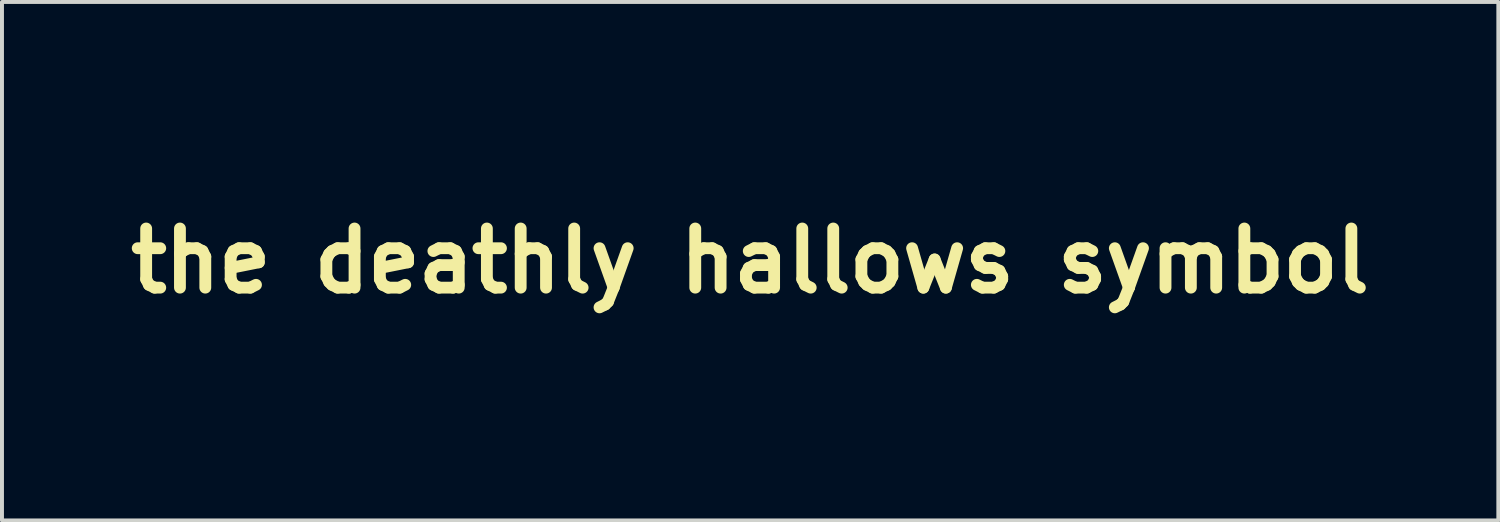
<source format=kicad_pcb>
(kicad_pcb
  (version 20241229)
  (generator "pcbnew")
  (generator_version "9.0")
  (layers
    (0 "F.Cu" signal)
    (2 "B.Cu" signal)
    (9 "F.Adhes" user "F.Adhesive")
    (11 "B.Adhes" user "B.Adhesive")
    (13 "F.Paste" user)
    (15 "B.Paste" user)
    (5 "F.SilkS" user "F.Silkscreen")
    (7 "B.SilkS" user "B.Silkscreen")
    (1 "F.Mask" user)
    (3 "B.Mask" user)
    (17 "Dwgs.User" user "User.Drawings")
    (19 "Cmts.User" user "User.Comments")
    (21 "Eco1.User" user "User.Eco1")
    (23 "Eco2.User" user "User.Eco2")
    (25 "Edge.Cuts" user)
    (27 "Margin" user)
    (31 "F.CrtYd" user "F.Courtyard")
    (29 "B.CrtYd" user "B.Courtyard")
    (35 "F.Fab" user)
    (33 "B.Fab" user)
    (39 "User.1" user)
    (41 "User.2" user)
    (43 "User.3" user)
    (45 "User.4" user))
  (footprint "the deathly hallows symbol"
    (layer "F.Cu")
    (at 15.979 3.568)
    (property "Reference" "the deathly hallows symbol" (at 0 0 0) (layer "F.SilkS") (effects (font (size 1.5 1.5) (thickness 0.3))))
    (attr board_only exclude_from_pos_files exclude_from_bom)
    (fp_poly (pts (xy -0.041 -3.563) (xy -0.027 -3.543) (xy 0.001 -3.498) (xy 0.04 -3.434) (xy 0.088 -3.353) (xy 0.143 -3.261) (xy 0.178 -3.2) (xy 0.224 -3.122) (xy 0.284 -3.02) (xy 0.357 -2.896) (xy 0.439 -2.755) (xy 0.53 -2.601) (xy 0.627 -2.437) (xy 0.726 -2.267) (xy 0.828 -2.095) (xy 0.908 -1.958) (xy 1.019 -1.77) (xy 1.145 -1.556) (xy 1.285 -1.318) (xy 1.438 -1.058) (xy 1.603 -0.779) (xy 1.776 -0.484) (xy 1.959 -0.175) (xy 2.148 0.147) (xy 2.342 0.477) (xy 2.541 0.814) (xy 2.742 1.155) (xy 2.944 1.499) (xy 3.146 1.842) (xy 3.317 2.133) (xy 3.646 2.692) (xy 3.577 2.702) (xy 3.55 2.704) (xy 3.493 2.706) (xy 3.407 2.708) (xy 3.296 2.709) (xy 3.161 2.711) (xy 3.006 2.713) (xy 2.832 2.714) (xy 2.643 2.716) (xy 2.442 2.717) (xy 2.229 2.718) (xy 2.058 2.719) (xy 1.834 2.72) (xy 1.613 2.721) (xy 1.399 2.722) (xy 1.196 2.723) (xy 1.006 2.724) (xy 0.832 2.726) (xy 0.677 2.727) (xy 0.545 2.728) (xy 0.438 2.729) (xy 0.359 2.729) (xy 0.327 2.73) (xy 0.045 2.735) (xy 0.058 3.159) (xy 0.07 3.583) (xy -0.032 3.583) (xy -0.095 3.58) (xy -0.128 3.571) (xy -0.134 3.562) (xy -0.134 3.541) (xy -0.134 3.49) (xy -0.134 3.416) (xy -0.134 3.323) (xy -0.134 3.216) (xy -0.133 3.135) (xy -0.132 2.728) (xy -1.891 2.74) (xy -2.139 2.742) (xy -2.376 2.743) (xy -2.598 2.744) (xy -2.805 2.744) (xy -2.994 2.745) (xy -3.163 2.745) (xy -3.31 2.744) (xy -3.434 2.743) (xy -3.531 2.742) (xy -3.601 2.741) (xy -3.641 2.739) (xy -3.65 2.738) (xy -3.64 2.713) (xy -3.635 2.708) (xy -3.624 2.69) (xy -3.599 2.647) (xy -3.56 2.58) (xy -3.538 2.541) (xy -3.282 2.541) (xy -3.271 2.549) (xy -3.24 2.549) (xy -3.198 2.544) (xy -3.167 2.543) (xy -3.104 2.541) (xy -3.015 2.539) (xy -2.901 2.538) (xy -2.766 2.536) (xy -2.613 2.535) (xy -2.444 2.534) (xy -2.263 2.534) (xy -2.072 2.533) (xy -1.975 2.533) (xy -0.842 2.532) (xy -0.865 2.52) (xy 0.875 2.52) (xy 2.073 2.511) (xy 2.269 2.509) (xy 2.456 2.508) (xy 2.631 2.506) (xy 2.79 2.504) (xy 2.931 2.502) (xy 3.052 2.5) (xy 3.15 2.499) (xy 3.222 2.497) (xy 3.265 2.495) (xy 3.278 2.494) (xy 3.271 2.479) (xy 3.248 2.438) (xy 3.212 2.375) (xy 3.164 2.29) (xy 3.106 2.188) (xy 3.038 2.072) (xy 2.964 1.943) (xy 2.884 1.805) (xy 2.8 1.661) (xy 2.714 1.513) (xy 2.627 1.365) (xy 2.542 1.218) (xy 2.459 1.076) (xy 2.38 0.942) (xy 2.307 0.818) (xy 2.242 0.707) (xy 2.186 0.612) (xy 2.14 0.536) (xy 2.107 0.482) (xy 2.088 0.451) (xy 2.085 0.446) (xy 2.081 0.458) (xy 2.077 0.496) (xy 2.074 0.557) (xy 2.072 0.634) (xy 2.072 0.655) (xy 2.053 0.917) (xy 2.002 1.17) (xy 1.921 1.412) (xy 1.811 1.64) (xy 1.673 1.853) (xy 1.507 2.05) (xy 1.316 2.228) (xy 1.099 2.387) (xy 1.004 2.445) (xy 0.875 2.52) (xy -0.865 2.52) (xy -0.958 2.47) (xy -1.088 2.396) (xy -1.203 2.318) (xy -1.314 2.229) (xy -1.43 2.122) (xy -1.468 2.085) (xy -1.645 1.886) (xy -1.792 1.677) (xy -1.907 1.455) (xy -1.992 1.221) (xy -2.047 0.973) (xy -2.072 0.71) (xy -2.074 0.622) (xy -2.074 0.554) (xy -1.864 0.554) (xy -1.864 0.695) (xy -1.856 0.834) (xy -1.841 0.961) (xy -1.821 1.066) (xy -1.82 1.067) (xy -1.739 1.308) (xy -1.632 1.533) (xy -1.5 1.738) (xy -1.346 1.923) (xy -1.171 2.085) (xy -0.977 2.223) (xy -0.767 2.335) (xy -0.541 2.419) (xy -0.303 2.474) (xy -0.3 2.474) (xy -0.235 2.485) (xy -0.183 2.493) (xy -0.152 2.498) (xy -0.148 2.498) (xy -0.14 2.485) (xy -0.131 2.448) (xy -0.127 2.423) (xy -0.124 2.38) (xy -0.121 2.312) (xy -0.118 2.225) (xy -0.117 2.127) (xy -0.117 2.053) (xy -0.117 1.945) (xy -0.118 1.865) (xy -0.122 1.806) (xy -0.127 1.763) (xy -0.135 1.729) (xy -0.146 1.7) (xy -0.152 1.688) (xy -0.176 1.611) (xy -0.183 1.525) (xy -0.173 1.44) (xy -0.148 1.369) (xy -0.137 1.351) (xy -0.125 1.333) (xy -0.116 1.314) (xy -0.109 1.288) (xy -0.105 1.252) (xy -0.102 1.199) (xy -0.101 1.127) (xy -0.1 1.029) (xy -0.1 0.936) (xy -0.1 0.812) (xy -0.102 0.717) (xy -0.104 0.647) (xy -0.108 0.6) (xy -0.114 0.57) (xy -0.121 0.554) (xy -0.124 0.551) (xy -0.141 0.524) (xy -0.159 0.478) (xy -0.167 0.449) (xy -0.176 0.371) (xy -0.169 0.292) (xy -0.148 0.222) (xy -0.115 0.174) (xy -0.105 0.162) (xy -0.097 0.145) (xy -0.091 0.119) (xy -0.087 0.079) (xy -0.085 0.021) (xy -0.084 -0.06) (xy -0.083 -0.169) (xy -0.083 -0.202) (xy -0.084 -0.319) (xy -0.084 -0.407) (xy -0.086 -0.473) (xy -0.09 -0.52) (xy -0.096 -0.554) (xy -0.104 -0.579) (xy -0.115 -0.601) (xy -0.119 -0.608) (xy -0.143 -0.675) (xy -0.148 -0.75) (xy -0.133 -0.821) (xy -0.102 -0.872) (xy -0.086 -0.894) (xy -0.075 -0.921) (xy -0.069 -0.96) (xy -0.067 -1.02) (xy -0.067 -1.074) (xy -0.067 -1.238) (xy -0.196 -1.229) (xy -0.405 -1.199) (xy -0.616 -1.139) (xy -0.823 -1.051) (xy -1.02 -0.938) (xy -1.188 -0.815) (xy -1.371 -0.643) (xy -1.527 -0.451) (xy -1.656 -0.241) (xy -1.756 -0.014) (xy -1.827 0.229) (xy -1.843 0.308) (xy -1.857 0.422) (xy -1.864 0.554) (xy -2.074 0.554) (xy -2.074 0.538) (xy -2.075 0.468) (xy -2.076 0.417) (xy -2.077 0.391) (xy -2.077 0.389) (xy -2.088 0.406) (xy -2.114 0.45) (xy -2.152 0.517) (xy -2.202 0.605) (xy -2.262 0.71) (xy -2.33 0.83) (xy -2.406 0.963) (xy -2.486 1.105) (xy -2.57 1.253) (xy -2.655 1.405) (xy -2.742 1.558) (xy -2.827 1.709) (xy -2.909 1.856) (xy -2.987 1.995) (xy -3.059 2.124) (xy -3.124 2.239) (xy -3.179 2.339) (xy -3.224 2.42) (xy -3.257 2.479) (xy -3.276 2.514) (xy -3.28 2.523) (xy -3.282 2.541) (xy -3.538 2.541) (xy -3.509 2.492) (xy -3.448 2.385) (xy -3.378 2.263) (xy -3.301 2.127) (xy -3.218 1.981) (xy -3.158 1.875) (xy -3.058 1.698) (xy -2.951 1.509) (xy -2.84 1.315) (xy -2.73 1.12) (xy -2.622 0.93) (xy -2.521 0.753) (xy -2.43 0.592) (xy -2.354 0.458) (xy -2.27 0.31) (xy -2.181 0.154) (xy -2.092 -0.003) (xy -2.006 -0.155) (xy -1.925 -0.297) (xy -1.855 -0.421) (xy -1.8 -0.517) (xy -1.731 -0.639) (xy -1.65 -0.782) (xy -1.563 -0.934) (xy -1.517 -1.017) (xy -1.274 -1.017) (xy -1.259 -1.026) (xy -1.223 -1.049) (xy -1.174 -1.083) (xy -1.16 -1.092) (xy -1.047 -1.163) (xy -0.912 -1.233) (xy -0.894 -1.242) (xy -0.008 -1.242) (xy -0.002 -1.067) (xy 0.002 -0.983) (xy 0.008 -0.924) (xy 0.018 -0.884) (xy 0.033 -0.854) (xy 0.037 -0.849) (xy 0.064 -0.788) (xy 0.07 -0.714) (xy 0.056 -0.642) (xy 0.032 -0.595) (xy 0.02 -0.577) (xy 0.01 -0.558) (xy 0.004 -0.534) (xy 0.001 -0.5) (xy -0.000281 -0.45) (xy 0.001 -0.38) (xy 0.003 -0.285) (xy 0.006 -0.206) (xy 0.01 -0.091) (xy 0.014 -0.003) (xy 0.018 0.062) (xy 0.024 0.109) (xy 0.031 0.145) (xy 0.041 0.174) (xy 0.054 0.202) (xy 0.058 0.21) (xy 0.094 0.307) (xy 0.097 0.404) (xy 0.068 0.506) (xy 0.056 0.532) (xy 0.012 0.62) (xy 0.024 0.973) (xy 0.029 1.102) (xy 0.034 1.202) (xy 0.04 1.273) (xy 0.047 1.321) (xy 0.055 1.346) (xy 0.058 1.35) (xy 0.082 1.394) (xy 0.101 1.457) (xy 0.111 1.525) (xy 0.108 1.582) (xy 0.092 1.638) (xy 0.067 1.695) (xy 0.064 1.7) (xy 0.053 1.72) (xy 0.044 1.742) (xy 0.039 1.769) (xy 0.036 1.807) (xy 0.035 1.86) (xy 0.036 1.933) (xy 0.038 2.031) (xy 0.042 2.131) (xy 0.054 2.503) (xy 0.164 2.492) (xy 0.245 2.482) (xy 0.333 2.467) (xy 0.386 2.458) (xy 0.615 2.393) (xy 0.835 2.299) (xy 1.041 2.177) (xy 1.23 2.031) (xy 1.4 1.862) (xy 1.548 1.674) (xy 1.669 1.469) (xy 1.732 1.33) (xy 1.778 1.208) (xy 1.812 1.097) (xy 1.835 0.988) (xy 1.849 0.873) (xy 1.856 0.74) (xy 1.857 0.617) (xy 1.856 0.505) (xy 1.854 0.42) (xy 1.849 0.352) (xy 1.842 0.293) (xy 1.831 0.237) (xy 1.815 0.174) (xy 1.812 0.162) (xy 1.734 -0.069) (xy 1.628 -0.286) (xy 1.497 -0.485) (xy 1.344 -0.666) (xy 1.171 -0.825) (xy 0.98 -0.961) (xy 0.775 -1.073) (xy 0.556 -1.157) (xy 0.327 -1.213) (xy 0.108 -1.236) (xy -0.008 -1.242) (xy -0.894 -1.242) (xy -0.77 -1.297) (xy -0.631 -1.349) (xy -0.55 -1.374) (xy -0.469 -1.393) (xy -0.375 -1.412) (xy -0.278 -1.428) (xy -0.189 -1.441) (xy -0.117 -1.449) (xy -0.086 -1.45) (xy -0.073 -1.465) (xy -0.07 -1.505) (xy -0.078 -1.565) (xy -0.095 -1.638) (xy -0.102 -1.663) (xy -0.114 -1.71) (xy -0.114 -1.75) (xy -0.101 -1.798) (xy -0.093 -1.822) (xy -0.077 -1.88) (xy -0.065 -1.957) (xy -0.057 -2.059) (xy -0.054 -2.138) (xy -0.051 -2.231) (xy -0.05 -2.298) (xy -0.052 -2.342) (xy -0.058 -2.371) (xy -0.067 -2.391) (xy -0.074 -2.399) (xy -0.1 -2.447) (xy -0.112 -2.512) (xy -0.11 -2.579) (xy -0.1 -2.616) (xy -0.082 -2.651) (xy -0.066 -2.667) (xy -0.065 -2.667) (xy -0.056 -2.682) (xy -0.049 -2.72) (xy -0.047 -2.754) (xy -0.044 -2.842) (xy -0.038 -2.768) (xy -0.026 -2.712) (xy -0.006 -2.663) (xy 0.001 -2.653) (xy 0.025 -2.601) (xy 0.033 -2.533) (xy 0.026 -2.466) (xy 0.005 -2.417) (xy -0.006 -2.397) (xy -0.013 -2.369) (xy -0.018 -2.327) (xy -0.02 -2.266) (xy -0.019 -2.181) (xy -0.018 -2.13) (xy -0.015 -2.013) (xy -0.009 -1.927) (xy -0.001 -1.869) (xy 0.01 -1.837) (xy 0.027 -1.783) (xy 0.032 -1.719) (xy 0.027 -1.657) (xy 0.011 -1.611) (xy 0.009 -1.607) (xy -0.008 -1.569) (xy -0.016 -1.519) (xy -0.016 -1.515) (xy -0.017 -1.455) (xy 0.133 -1.444) (xy 0.369 -1.414) (xy 0.603 -1.356) (xy 0.829 -1.274) (xy 1.039 -1.171) (xy 1.132 -1.114) (xy 1.167 -1.094) (xy 1.177 -1.094) (xy 1.174 -1.103) (xy 1.125 -1.187) (xy 1.066 -1.288) (xy 0.997 -1.405) (xy 0.921 -1.535) (xy 0.839 -1.674) (xy 0.752 -1.821) (xy 0.663 -1.972) (xy 0.572 -2.125) (xy 0.482 -2.277) (xy 0.394 -2.426) (xy 0.309 -2.568) (xy 0.229 -2.702) (xy 0.157 -2.824) (xy 0.092 -2.931) (xy 0.038 -3.022) (xy -0.005 -3.093) (xy -0.034 -3.141) (xy -0.049 -3.165) (xy -0.051 -3.167) (xy -0.061 -3.153) (xy -0.085 -3.113) (xy -0.122 -3.052) (xy -0.169 -2.972) (xy -0.224 -2.877) (xy -0.284 -2.77) (xy -0.312 -2.721) (xy -0.379 -2.603) (xy -0.459 -2.462) (xy -0.548 -2.306) (xy -0.642 -2.14) (xy -0.738 -1.971) (xy -0.832 -1.806) (xy -0.92 -1.65) (xy -0.923 -1.646) (xy -0.998 -1.514) (xy -1.067 -1.392) (xy -1.129 -1.281) (xy -1.182 -1.187) (xy -1.225 -1.11) (xy -1.255 -1.054) (xy -1.272 -1.023) (xy -1.274 -1.017) (xy -1.517 -1.017) (xy -1.476 -1.087) (xy -1.394 -1.232) (xy -1.346 -1.317) (xy -1.176 -1.616) (xy -1.022 -1.887) (xy -0.883 -2.132) (xy -0.758 -2.352) (xy -0.647 -2.548) (xy -0.548 -2.721) (xy -0.462 -2.873) (xy -0.387 -3.005) (xy -0.323 -3.118) (xy -0.269 -3.213) (xy -0.224 -3.293) (xy -0.188 -3.357) (xy -0.159 -3.407) (xy -0.138 -3.445) (xy -0.123 -3.472) (xy -0.119 -3.479) (xy -0.086 -3.534) (xy -0.064 -3.562) (xy -0.048 -3.568)) (stroke (width 0) (type solid)) (fill yes) (layer "F.Mask")))
  (gr_rect
    (start -3 -3)
    (end 34.957 10.151)
    (stroke (width 0.1) (type default))
    (fill no)
    (layer "Edge.Cuts")))
</source>
